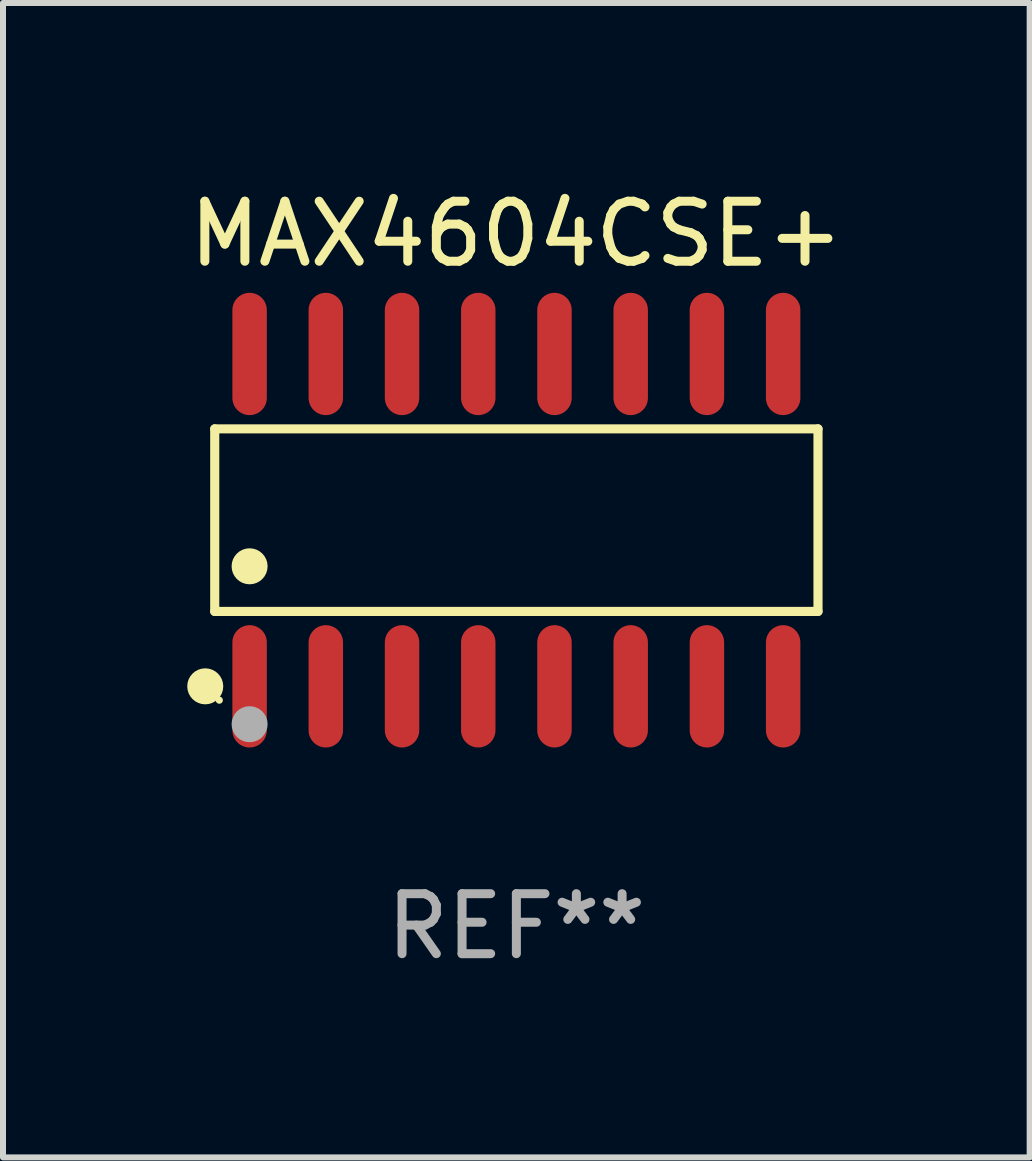
<source format=kicad_pcb>
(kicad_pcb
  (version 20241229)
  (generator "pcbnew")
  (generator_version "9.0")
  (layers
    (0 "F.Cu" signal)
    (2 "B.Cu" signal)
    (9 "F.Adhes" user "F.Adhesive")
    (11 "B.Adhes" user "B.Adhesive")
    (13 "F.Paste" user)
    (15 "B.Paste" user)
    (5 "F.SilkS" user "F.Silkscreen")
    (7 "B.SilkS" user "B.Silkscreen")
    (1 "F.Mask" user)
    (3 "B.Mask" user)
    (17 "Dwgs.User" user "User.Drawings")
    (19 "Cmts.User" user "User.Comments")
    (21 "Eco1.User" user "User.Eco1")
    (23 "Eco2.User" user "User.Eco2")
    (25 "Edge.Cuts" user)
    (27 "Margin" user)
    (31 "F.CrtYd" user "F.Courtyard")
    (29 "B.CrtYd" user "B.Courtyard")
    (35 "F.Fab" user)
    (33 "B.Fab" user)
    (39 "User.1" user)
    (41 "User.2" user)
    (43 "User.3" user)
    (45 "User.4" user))
  (footprint "MAX4604CSE+"
    (layer "F.Cu")
    (at 5.554 5.617)
    (property "Reference" "MAX4604CSE+" (at 0 -4.769 0) (layer "F.SilkS") (effects (font (size 1 1) (thickness 0.15))))
    (attr through_hole)
    (fp_line (start -5.026 -1.521) (end 5.026 -1.521) (stroke (width 0.152) (type solid)) (layer "F.SilkS"))
    (fp_line (start -5.026 1.521) (end -5.026 -1.521) (stroke (width 0.152) (type solid)) (layer "F.SilkS"))
    (fp_line (start 5.026 -1.521) (end 5.026 1.521) (stroke (width 0.152) (type solid)) (layer "F.SilkS"))
    (fp_line (start 5.026 1.521) (end -5.026 1.521) (stroke (width 0.152) (type solid)) (layer "F.SilkS"))
    (fp_circle (center -5.184 2.769) (end -5.034 2.769) (stroke (width 0.3) (type solid)) (fill no) (layer "F.SilkS"))
    (fp_circle (center -4.95 3) (end -4.92 3) (stroke (width 0.06) (type solid)) (fill no) (layer "F.SilkS"))
    (fp_circle (center -4.445 0.769) (end -4.295 0.769) (stroke (width 0.3) (type solid)) (fill no) (layer "F.SilkS"))
    (fp_circle (center -4.445 3.4) (end -4.295 3.4) (stroke (width 0.3) (type solid)) (fill no) (layer "F.Fab"))
    (fp_text user "REF**" (at 0 6.769 0) (layer "F.Fab") (effects (font (size 1 1) (thickness 0.15))))
    (pad "1" smd oval (at -4.445 2.769) (size 0.574 2.038) (layers "F.Cu" "F.Mask" "F.Paste"))
    (pad "2" smd oval (at -3.175 2.769) (size 0.574 2.038) (layers "F.Cu" "F.Mask" "F.Paste"))
    (pad "3" smd oval (at -1.905 2.769) (size 0.574 2.038) (layers "F.Cu" "F.Mask" "F.Paste"))
    (pad "4" smd oval (at -0.635 2.769) (size 0.574 2.038) (layers "F.Cu" "F.Mask" "F.Paste"))
    (pad "5" smd oval (at 0.635 2.769) (size 0.574 2.038) (layers "F.Cu" "F.Mask" "F.Paste"))
    (pad "6" smd oval (at 1.905 2.769) (size 0.574 2.038) (layers "F.Cu" "F.Mask" "F.Paste"))
    (pad "7" smd oval (at 3.175 2.769) (size 0.574 2.038) (layers "F.Cu" "F.Mask" "F.Paste"))
    (pad "8" smd oval (at 4.445 2.769) (size 0.574 2.038) (layers "F.Cu" "F.Mask" "F.Paste"))
    (pad "9" smd oval (at 4.445 -2.769) (size 0.574 2.038) (layers "F.Cu" "F.Mask" "F.Paste"))
    (pad "10" smd oval (at 3.175 -2.769) (size 0.574 2.038) (layers "F.Cu" "F.Mask" "F.Paste"))
    (pad "11" smd oval (at 1.905 -2.769) (size 0.574 2.038) (layers "F.Cu" "F.Mask" "F.Paste"))
    (pad "12" smd oval (at 0.635 -2.769) (size 0.574 2.038) (layers "F.Cu" "F.Mask" "F.Paste"))
    (pad "13" smd oval (at -0.635 -2.769) (size 0.574 2.038) (layers "F.Cu" "F.Mask" "F.Paste"))
    (pad "14" smd oval (at -1.905 -2.769) (size 0.574 2.038) (layers "F.Cu" "F.Mask" "F.Paste"))
    (pad "15" smd oval (at -3.175 -2.769) (size 0.574 2.038) (layers "F.Cu" "F.Mask" "F.Paste"))
    (pad "16" smd oval (at -4.445 -2.769) (size 0.574 2.038) (layers "F.Cu" "F.Mask" "F.Paste")))
  (gr_rect
    (start -3 -3)
    (end 14.107 16.235)
    (stroke (width 0.1) (type default))
    (fill no)
    (layer "Edge.Cuts")))
</source>
